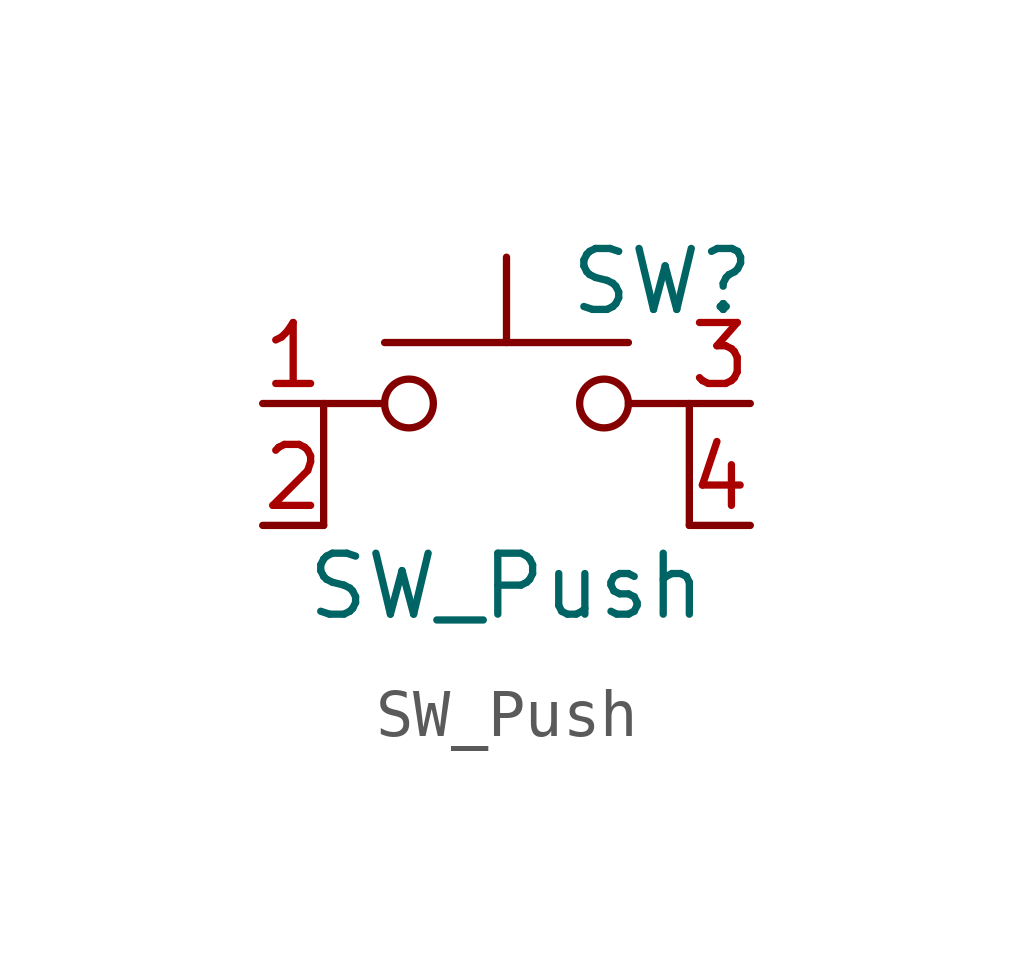
<source format=kicad_sym>
(kicad_symbol_lib
  (version 20211014)
  (generator kicad_symbol_editor)
  (symbol "SW_Push"
    (pin_names
      (offset 1.016) hide)
    (property "Reference" "SW"
      (at 1.27 2.54 0)
      (effects (font (size 1.27 1.27)) (justify left)))
    (property "Value" "SW_Push"
      (at 0 -3.81 0)
      (effects (font (size 1.27 1.27))))
    (symbol "SW_Push_0_1"
      (circle (center -2.032 0) (radius 0.508) (stroke (width 0) (type default) (color 0 0 0 0)) (fill (type none)))
      (polyline (pts (xy 0 1.27) (xy 0 3.048)) (stroke (width 0) (type default) (color 0 0 0 0)) (fill (type none)))
      (polyline (pts (xy 2.54 1.27) (xy -2.54 1.27)) (stroke (width 0) (type default) (color 0 0 0 0)) (fill (type none)))
      (polyline (pts (xy -3.81 -2.54) (xy -3.81 0) (xy -2.54 0)) (stroke (width 0) (type default) (color 0 0 0 0)) (fill (type none)))
      (polyline (pts (xy 3.81 -2.54) (xy 3.81 0) (xy 2.54 0)) (stroke (width 0) (type default) (color 0 0 0 0)) (fill (type none)))
      (circle (center 2.032 0) (radius 0.508) (stroke (width 0) (type default) (color 0 0 0 0)) (fill (type none)))
      (pin passive line (at -5.08 0 0) (length 1.27) (name "1" (effects (font (size 1.27 1.27)))) (number "1" (effects (font (size 1.27 1.27)))))
      (pin passive line (at -5.08 -2.54 0) (length 1.27) (name "2" (effects (font (size 1.27 1.27)))) (number "2" (effects (font (size 1.27 1.27)))))
      (pin passive line (at 5.08 0 180) (length 1.27) (name "3" (effects (font (size 1.27 1.27)))) (number "3" (effects (font (size 1.27 1.27)))))
      (pin passive line (at 5.08 -2.54 180) (length 1.27) (name "4" (effects (font (size 1.27 1.27)))) (number "4" (effects (font (size 1.27 1.27))))))))
</source>
